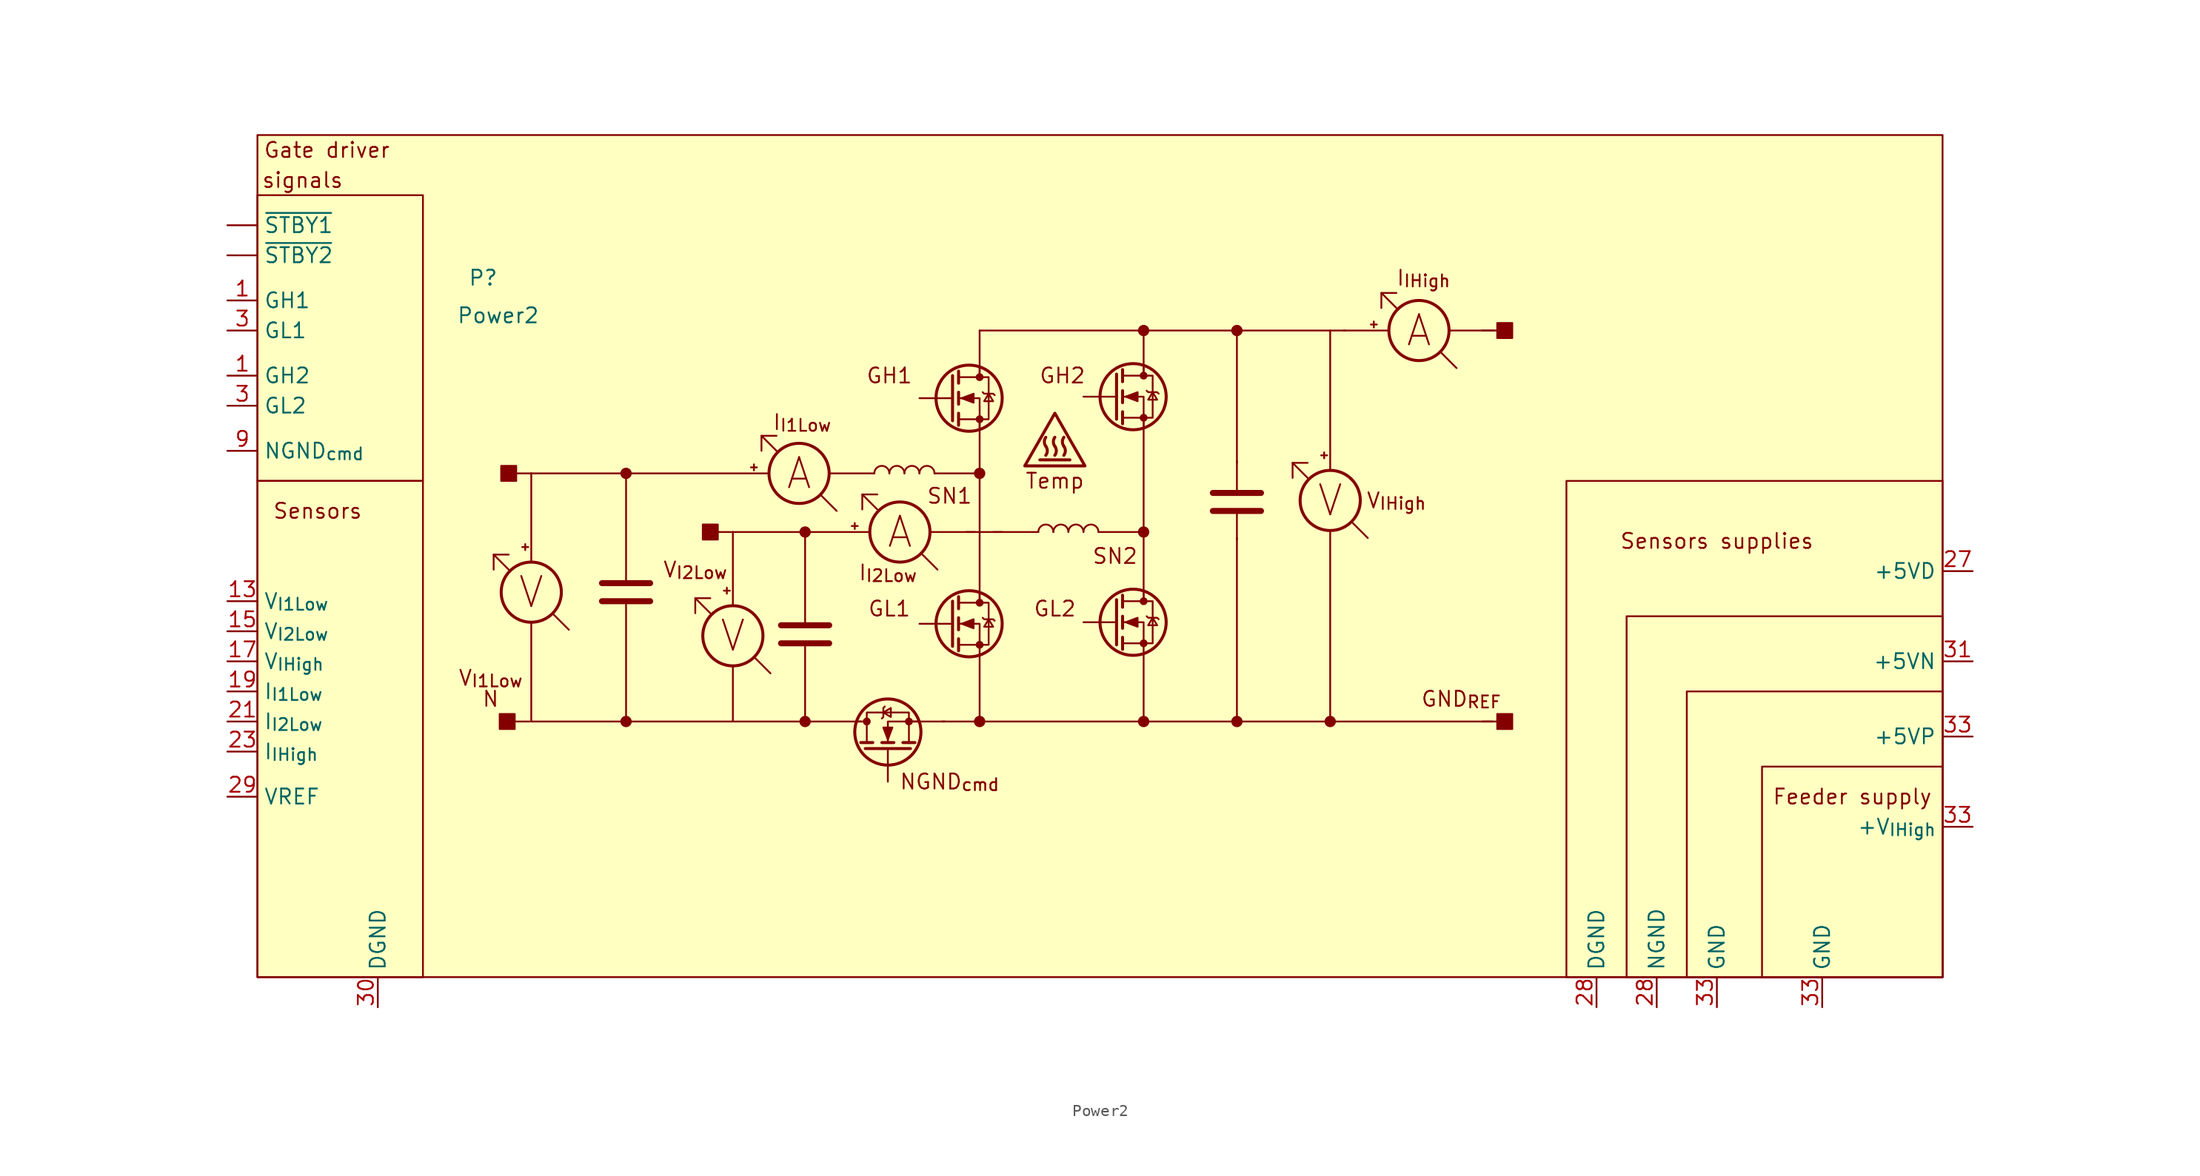
<source format=kicad_sym>
(kicad_symbol_lib
  (version 20220914)
  (generator kicad_symbol_editor)
  (symbol "Power2"
    (property "Reference" "P"
      (at 2.54 10.795 0)
      (effects (font (size 1.27 1.27))))
    (property "Value" "Power2"
      (at 3.81 7.62 0)
      (effects (font (size 1.27 1.27))))
    (symbol "Power2_0_0"
      (rectangle (start -16.51 -6.35) (end -2.54 -48.26) (stroke (width 0) (type default)) (fill (type none)))
      (rectangle (start -16.51 17.78) (end -2.54 -6.35) (stroke (width 0) (type default)) (fill (type none)))
      (polyline (pts (xy 4.699 -13.843) (xy 3.429 -12.573)) (stroke (width 0) (type default)) (fill (type none)))
      (polyline (pts (xy 6.477 -26.67) (xy 5.207 -26.67)) (stroke (width 0) (type default)) (fill (type none)))
      (polyline (pts (xy 6.604 -5.715) (xy 5.334 -5.715)) (stroke (width 0) (type default)) (fill (type none)))
      (polyline (pts (xy 9.779 -18.923) (xy 8.509 -17.653)) (stroke (width 0) (type default)) (fill (type none)))
      (polyline (pts (xy 21.717 -17.526) (xy 20.447 -16.256)) (stroke (width 0) (type default)) (fill (type none)))
      (polyline (pts (xy 23.622 -10.668) (xy 22.352 -10.668)) (stroke (width 0) (type default)) (fill (type none)))
      (polyline (pts (xy 26.797 -22.606) (xy 25.527 -21.336)) (stroke (width 0) (type default)) (fill (type none)))
      (polyline (pts (xy 27.305 -3.81) (xy 26.035 -2.54)) (stroke (width 0) (type default)) (fill (type none)))
      (polyline (pts (xy 32.385 -8.89) (xy 31.115 -7.62)) (stroke (width 0) (type default)) (fill (type none)))
      (polyline (pts (xy 35.814 -8.763) (xy 34.544 -7.493)) (stroke (width 0) (type default)) (fill (type none)))
      (polyline (pts (xy 40.894 -13.843) (xy 39.624 -12.573)) (stroke (width 0) (type default)) (fill (type none)))
      (polyline (pts (xy 72.136 -6.096) (xy 70.866 -4.826)) (stroke (width 0) (type default)) (fill (type none)))
      (polyline (pts (xy 77.216 -11.176) (xy 75.946 -9.906)) (stroke (width 0) (type default)) (fill (type none)))
      (polyline (pts (xy 79.629 8.255) (xy 78.359 9.525)) (stroke (width 0) (type default)) (fill (type none)))
      (polyline (pts (xy 84.709 3.175) (xy 83.439 4.445)) (stroke (width 0) (type default)) (fill (type none)))
      (polyline (pts (xy 86.868 -26.67) (xy 88.138 -26.67)) (stroke (width 0) (type default)) (fill (type none)))
      (polyline (pts (xy 86.868 6.35) (xy 88.138 6.35)) (stroke (width 0) (type default)) (fill (type none)))
      (polyline (pts (xy 4.699 -12.573) (xy 3.429 -12.573) (xy 3.429 -13.843)) (stroke (width 0) (type default)) (fill (type none)))
      (polyline (pts (xy 21.717 -16.256) (xy 20.447 -16.256) (xy 20.447 -17.526)) (stroke (width 0) (type default)) (fill (type none)))
      (polyline (pts (xy 26.035 -3.81) (xy 26.035 -2.54) (xy 27.305 -2.54)) (stroke (width 0) (type default)) (fill (type none)))
      (polyline (pts (xy 34.544 -8.763) (xy 34.544 -7.493) (xy 35.814 -7.493)) (stroke (width 0) (type default)) (fill (type none)))
      (polyline (pts (xy 72.136 -4.826) (xy 70.866 -4.826) (xy 70.866 -6.096)) (stroke (width 0) (type default)) (fill (type none)))
      (polyline (pts (xy 78.359 8.255) (xy 78.359 9.525) (xy 79.629 9.525)) (stroke (width 0) (type default)) (fill (type none)))
      (rectangle (start 3.937 -26.035) (end 5.207 -27.305) (stroke (width 0) (type default)) (fill (type outline)))
      (rectangle (start 4.064 -5.08) (end 5.334 -6.35) (stroke (width 0) (type default)) (fill (type outline)))
      (rectangle (start 21.082 -10.033) (end 22.352 -11.303) (stroke (width 0) (type default)) (fill (type outline)))
      (rectangle (start 89.408 -27.305) (end 88.138 -26.035) (stroke (width 0) (type default)) (fill (type outline)))
      (rectangle (start 89.408 5.715) (end 88.138 6.985) (stroke (width 0) (type default)) (fill (type outline)))
      (rectangle (start 110.49 -30.48) (end 125.73 -48.26) (stroke (width 0) (type default)) (fill (type none)))
      (text "A" (at 29.21 -5.715 0) (effects (font (size 2.54 2.54))))
      (text "A" (at 37.719 -10.668 0) (effects (font (size 2.54 2.54))))
      (text "A" (at 81.534 6.35 0) (effects (font (size 2.54 2.54))))
      (text "Feeder supply" (at 118.11 -33.02 0) (effects (font (size 1.27 1.27))))
      (text "Gate driver " (at -10.16 21.59 0) (effects (font (size 1.27 1.27))))
      (text "GH1" (at 36.83 2.54 0) (effects (font (size 1.27 1.27))))
      (text "GH2" (at 51.435 2.54 0) (effects (font (size 1.27 1.27))))
      (text "GL1" (at 36.83 -17.145 0) (effects (font (size 1.27 1.27))))
      (text "GL2" (at 50.8 -17.145 0) (effects (font (size 1.27 1.27))))
      (text "GND_{REF}" (at 85.09 -24.765 0) (effects (font (size 1.27 1.27))))
      (text "I_{I1Low}" (at 29.464 -1.397 0) (effects (font (size 1.27 1.27))))
      (text "I_{I2Low}" (at 36.703 -14.097 0) (effects (font (size 1.27 1.27))))
      (text "I_{IHigh}" (at 81.915 10.795 0) (effects (font (size 1.27 1.27))))
      (text "N" (at 3.175 -24.765 0) (effects (font (size 1.27 1.27))))
      (text "NGND_{cmd}" (at 41.91 -31.75 0) (effects (font (size 1.27 1.27))))
      (text "Sensors" (at -11.43 -8.89 0) (effects (font (size 1.27 1.27))))
      (text "Sensors supplies" (at 106.68 -11.43 0) (effects (font (size 1.27 1.27))))
      (text "signals" (at -12.7 19.05 0) (effects (font (size 1.27 1.27))))
      (text "SN1" (at 41.91 -7.62 0) (effects (font (size 1.27 1.27))))
      (text "SN2" (at 55.88 -12.7 0) (effects (font (size 1.27 1.27))))
      (text "Temp" (at 50.8 -6.35 0) (effects (font (size 1.27 1.27))))
      (text "V" (at 6.604 -15.748 0) (effects (font (size 2.54 2.54))))
      (text "V" (at 23.622 -19.431 0) (effects (font (size 2.54 2.54))))
      (text "V" (at 74.041 -8.001 0) (effects (font (size 2.54 2.54))))
      (text "V_{I1Low}" (at 3.175 -22.987 0) (effects (font (size 1.27 1.27))))
      (text "V_{I2Low}" (at 20.447 -13.843 0) (effects (font (size 1.27 1.27))))
      (text "V_{IHigh}" (at 79.629 -8.001 0) (effects (font (size 1.27 1.27)))))
    (symbol "Power2_0_1"
      (rectangle (start -16.51 22.86) (end 125.73 -48.26) (stroke (width 0) (type default)) (fill (type background)))
      (polyline (pts (xy 6.096 -11.684) (xy 6.096 -12.192)) (stroke (width 0) (type default)) (fill (type none)))
      (polyline (pts (xy 6.35 -11.938) (xy 5.842 -11.938)) (stroke (width 0) (type default)) (fill (type none)))
      (polyline (pts (xy 6.604 -18.288) (xy 6.604 -26.67)) (stroke (width 0) (type default)) (fill (type none)))
      (polyline (pts (xy 6.604 -13.208) (xy 6.604 -5.715)) (stroke (width 0) (type default)) (fill (type none)))
      (polyline (pts (xy 12.573 -16.51) (xy 16.637 -16.51)) (stroke (width 0.508) (type default)) (fill (type none)))
      (polyline (pts (xy 12.573 -14.986) (xy 16.637 -14.986)) (stroke (width 0.508) (type default)) (fill (type none)))
      (polyline (pts (xy 14.605 -26.67) (xy 14.605 -16.51)) (stroke (width 0) (type default)) (fill (type none)))
      (polyline (pts (xy 14.605 -14.732) (xy 14.605 -5.715)) (stroke (width 0) (type default)) (fill (type none)))
      (polyline (pts (xy 23.114 -15.367) (xy 23.114 -15.875)) (stroke (width 0) (type default)) (fill (type none)))
      (polyline (pts (xy 23.368 -15.621) (xy 22.86 -15.621)) (stroke (width 0) (type default)) (fill (type none)))
      (polyline (pts (xy 23.622 -21.971) (xy 23.622 -26.67)) (stroke (width 0) (type default)) (fill (type none)))
      (polyline (pts (xy 23.622 -16.891) (xy 23.622 -10.668)) (stroke (width 0) (type default)) (fill (type none)))
      (polyline (pts (xy 25.146 -5.207) (xy 25.654 -5.207)) (stroke (width 0) (type default)) (fill (type none)))
      (polyline (pts (xy 25.4 -5.461) (xy 25.4 -4.953)) (stroke (width 0) (type default)) (fill (type none)))
      (polyline (pts (xy 26.543 -5.715) (xy 6.604 -5.715)) (stroke (width 0) (type default)) (fill (type none)))
      (polyline (pts (xy 27.686 -20.066) (xy 31.75 -20.066)) (stroke (width 0.508) (type default)) (fill (type none)))
      (polyline (pts (xy 27.686 -18.542) (xy 31.75 -18.542)) (stroke (width 0.508) (type default)) (fill (type none)))
      (polyline (pts (xy 29.718 -26.67) (xy 29.718 -20.066)) (stroke (width 0) (type default)) (fill (type none)))
      (polyline (pts (xy 29.718 -18.288) (xy 29.718 -10.668)) (stroke (width 0) (type default)) (fill (type none)))
      (polyline (pts (xy 31.75 -5.715) (xy 35.56 -5.715)) (stroke (width 0) (type default)) (fill (type none)))
      (polyline (pts (xy 33.655 -10.16) (xy 34.163 -10.16)) (stroke (width 0) (type default)) (fill (type none)))
      (polyline (pts (xy 33.909 -10.414) (xy 33.909 -9.906)) (stroke (width 0) (type default)) (fill (type none)))
      (polyline (pts (xy 34.163 -26.67) (xy 34.925 -26.67)) (stroke (width 0) (type default)) (fill (type none)))
      (polyline (pts (xy 34.417 -28.448) (xy 35.433 -28.448)) (stroke (width 0.254) (type default)) (fill (type none)))
      (polyline (pts (xy 34.417 -26.67) (xy 6.604 -26.67)) (stroke (width 0) (type default)) (fill (type none)))
      (polyline (pts (xy 34.798 -28.956) (xy 38.608 -28.956)) (stroke (width 0.254) (type default)) (fill (type none)))
      (polyline (pts (xy 35.179 -10.668) (xy 23.622 -10.668)) (stroke (width 0) (type default)) (fill (type none)))
      (polyline (pts (xy 36.195 -28.448) (xy 37.211 -28.448)) (stroke (width 0.254) (type default)) (fill (type none)))
      (polyline (pts (xy 36.703 -28.956) (xy 36.703 -31.75)) (stroke (width 0) (type default)) (fill (type none)))
      (polyline (pts (xy 37.973 -28.448) (xy 38.989 -28.448)) (stroke (width 0.254) (type default)) (fill (type none)))
      (polyline (pts (xy 40.259 -10.668) (xy 44.069 -10.668)) (stroke (width 0) (type default)) (fill (type none)))
      (polyline (pts (xy 40.64 -5.715) (xy 44.45 -5.715)) (stroke (width 0) (type default)) (fill (type none)))
      (polyline (pts (xy 41.529 -26.67) (xy 38.735 -26.67)) (stroke (width 0) (type default)) (fill (type none)))
      (polyline (pts (xy 42.164 -18.415) (xy 39.37 -18.415)) (stroke (width 0) (type default)) (fill (type none)))
      (polyline (pts (xy 42.164 -16.51) (xy 42.164 -20.32)) (stroke (width 0.254) (type default)) (fill (type none)))
      (polyline (pts (xy 42.164 0.635) (xy 39.37 0.635)) (stroke (width 0) (type default)) (fill (type none)))
      (polyline (pts (xy 42.164 2.54) (xy 42.164 -1.27)) (stroke (width 0.254) (type default)) (fill (type none)))
      (polyline (pts (xy 42.672 -19.685) (xy 42.672 -20.701)) (stroke (width 0.254) (type default)) (fill (type none)))
      (polyline (pts (xy 42.672 -17.907) (xy 42.672 -18.923)) (stroke (width 0.254) (type default)) (fill (type none)))
      (polyline (pts (xy 42.672 -16.129) (xy 42.672 -17.145)) (stroke (width 0.254) (type default)) (fill (type none)))
      (polyline (pts (xy 42.672 -0.635) (xy 42.672 -1.651)) (stroke (width 0.254) (type default)) (fill (type none)))
      (polyline (pts (xy 42.672 1.143) (xy 42.672 0.127)) (stroke (width 0.254) (type default)) (fill (type none)))
      (polyline (pts (xy 42.672 2.921) (xy 42.672 1.905)) (stroke (width 0.254) (type default)) (fill (type none)))
      (polyline (pts (xy 43.307 -10.668) (xy 46.355 -10.668)) (stroke (width 0) (type default)) (fill (type none)))
      (polyline (pts (xy 44.45 -26.67) (xy 87.757 -26.67)) (stroke (width 0) (type default)) (fill (type none)))
      (polyline (pts (xy 44.45 -20.955) (xy 44.45 -26.67)) (stroke (width 0) (type default)) (fill (type none)))
      (polyline (pts (xy 44.45 -15.875) (xy 44.45 -16.637)) (stroke (width 0) (type default)) (fill (type none)))
      (polyline (pts (xy 44.45 -1.143) (xy 44.45 -16.51)) (stroke (width 0) (type default)) (fill (type none)))
      (polyline (pts (xy 44.45 2.54) (xy 44.45 6.35)) (stroke (width 0) (type default)) (fill (type none)))
      (polyline (pts (xy 44.45 3.175) (xy 44.45 2.413)) (stroke (width 0) (type default)) (fill (type none)))
      (polyline (pts (xy 44.577 -26.67) (xy 41.275 -26.67)) (stroke (width 0) (type default)) (fill (type none)))
      (polyline (pts (xy 45.593 -10.668) (xy 49.403 -10.668)) (stroke (width 0) (type default)) (fill (type none)))
      (polyline (pts (xy 52.07 -4.572) (xy 49.53 -4.572)) (stroke (width 0.254) (type default)) (fill (type none)))
      (polyline (pts (xy 54.483 -10.668) (xy 58.293 -10.668)) (stroke (width 0) (type default)) (fill (type none)))
      (polyline (pts (xy 56.007 -18.288) (xy 53.213 -18.288)) (stroke (width 0) (type default)) (fill (type none)))
      (polyline (pts (xy 56.007 -16.383) (xy 56.007 -20.193)) (stroke (width 0.254) (type default)) (fill (type none)))
      (polyline (pts (xy 56.007 0.762) (xy 53.213 0.762)) (stroke (width 0) (type default)) (fill (type none)))
      (polyline (pts (xy 56.007 2.667) (xy 56.007 -1.143)) (stroke (width 0.254) (type default)) (fill (type none)))
      (polyline (pts (xy 56.515 -19.558) (xy 56.515 -20.574)) (stroke (width 0.254) (type default)) (fill (type none)))
      (polyline (pts (xy 56.515 -17.78) (xy 56.515 -18.796)) (stroke (width 0.254) (type default)) (fill (type none)))
      (polyline (pts (xy 56.515 -16.002) (xy 56.515 -17.018)) (stroke (width 0.254) (type default)) (fill (type none)))
      (polyline (pts (xy 56.515 -0.508) (xy 56.515 -1.524)) (stroke (width 0.254) (type default)) (fill (type none)))
      (polyline (pts (xy 56.515 1.27) (xy 56.515 0.254)) (stroke (width 0.254) (type default)) (fill (type none)))
      (polyline (pts (xy 56.515 3.048) (xy 56.515 2.032)) (stroke (width 0.254) (type default)) (fill (type none)))
      (polyline (pts (xy 58.293 -20.828) (xy 58.293 -26.67)) (stroke (width 0) (type default)) (fill (type none)))
      (polyline (pts (xy 58.293 -15.748) (xy 58.293 -16.51)) (stroke (width 0) (type default)) (fill (type none)))
      (polyline (pts (xy 58.293 -1.016) (xy 58.293 -16.383)) (stroke (width 0) (type default)) (fill (type none)))
      (polyline (pts (xy 58.293 2.667) (xy 58.293 6.35)) (stroke (width 0) (type default)) (fill (type none)))
      (polyline (pts (xy 58.293 3.302) (xy 58.293 2.54)) (stroke (width 0) (type default)) (fill (type none)))
      (polyline (pts (xy 64.135 -8.89) (xy 68.199 -8.89)) (stroke (width 0.508) (type default)) (fill (type none)))
      (polyline (pts (xy 64.135 -7.366) (xy 68.199 -7.366)) (stroke (width 0.508) (type default)) (fill (type none)))
      (polyline (pts (xy 66.167 -11.303) (xy 66.167 -8.89)) (stroke (width 0) (type default)) (fill (type none)))
      (polyline (pts (xy 66.167 -11.176) (xy 66.167 -26.67)) (stroke (width 0) (type default)) (fill (type none)))
      (polyline (pts (xy 66.167 -7.112) (xy 66.167 -4.699)) (stroke (width 0) (type default)) (fill (type none)))
      (polyline (pts (xy 66.167 -4.826) (xy 66.167 6.35)) (stroke (width 0) (type default)) (fill (type none)))
      (polyline (pts (xy 73.533 -3.937) (xy 73.533 -4.445)) (stroke (width 0) (type default)) (fill (type none)))
      (polyline (pts (xy 73.787 -4.191) (xy 73.279 -4.191)) (stroke (width 0) (type default)) (fill (type none)))
      (polyline (pts (xy 74.041 -10.541) (xy 74.041 -26.67)) (stroke (width 0) (type default)) (fill (type none)))
      (polyline (pts (xy 74.041 -5.461) (xy 74.041 6.35)) (stroke (width 0) (type default)) (fill (type none)))
      (polyline (pts (xy 75.311 6.35) (xy 44.45 6.35)) (stroke (width 0) (type default)) (fill (type none)))
      (polyline (pts (xy 77.47 6.858) (xy 77.978 6.858)) (stroke (width 0) (type default)) (fill (type none)))
      (polyline (pts (xy 77.724 6.604) (xy 77.724 7.112)) (stroke (width 0) (type default)) (fill (type none)))
      (polyline (pts (xy 78.994 6.35) (xy 75.184 6.35)) (stroke (width 0) (type default)) (fill (type none)))
      (polyline (pts (xy 84.074 6.35) (xy 87.884 6.35)) (stroke (width 0) (type default)) (fill (type none)))
      (polyline (pts (xy 39.243 -26.67) (xy 36.703 -26.67) (xy 36.703 -28.448)) (stroke (width 0) (type default)) (fill (type none)))
      (polyline (pts (xy 44.45 -20.955) (xy 44.45 -18.415) (xy 42.672 -18.415)) (stroke (width 0) (type default)) (fill (type none)))
      (polyline (pts (xy 44.45 -1.905) (xy 44.45 0.635) (xy 42.672 0.635)) (stroke (width 0) (type default)) (fill (type none)))
      (polyline (pts (xy 58.293 -20.828) (xy 58.293 -18.288) (xy 56.515 -18.288)) (stroke (width 0) (type default)) (fill (type none)))
      (polyline (pts (xy 58.293 -1.778) (xy 58.293 0.762) (xy 56.515 0.762)) (stroke (width 0) (type default)) (fill (type none)))
      (polyline (pts (xy 36.195 -26.416) (xy 36.322 -26.289) (xy 36.322 -25.527) (xy 36.449 -25.4)) (stroke (width 0) (type default)) (fill (type none)))
      (polyline (pts (xy 36.322 -25.908) (xy 36.957 -26.289) (xy 36.957 -25.527) (xy 36.322 -25.908)) (stroke (width 0) (type default)) (fill (type none)))
      (polyline (pts (xy 36.703 -28.194) (xy 36.322 -27.178) (xy 37.084 -27.178) (xy 36.703 -28.194)) (stroke (width 0) (type default)) (fill (type outline)))
      (polyline (pts (xy 38.481 -28.448) (xy 38.481 -25.908) (xy 34.925 -25.908) (xy 34.925 -28.448)) (stroke (width 0) (type default)) (fill (type none)))
      (polyline (pts (xy 42.672 -20.193) (xy 45.212 -20.193) (xy 45.212 -16.637) (xy 42.672 -16.637)) (stroke (width 0) (type default)) (fill (type none)))
      (polyline (pts (xy 42.672 -1.143) (xy 45.212 -1.143) (xy 45.212 2.413) (xy 42.672 2.413)) (stroke (width 0) (type default)) (fill (type none)))
      (polyline (pts (xy 42.926 -18.415) (xy 43.942 -18.034) (xy 43.942 -18.796) (xy 42.926 -18.415)) (stroke (width 0) (type default)) (fill (type outline)))
      (polyline (pts (xy 42.926 0.635) (xy 43.942 1.016) (xy 43.942 0.254) (xy 42.926 0.635)) (stroke (width 0) (type default)) (fill (type outline)))
      (polyline (pts (xy 44.704 -17.907) (xy 44.831 -18.034) (xy 45.593 -18.034) (xy 45.72 -18.161)) (stroke (width 0) (type default)) (fill (type none)))
      (polyline (pts (xy 44.704 1.143) (xy 44.831 1.016) (xy 45.593 1.016) (xy 45.72 0.889)) (stroke (width 0) (type default)) (fill (type none)))
      (polyline (pts (xy 45.212 -18.034) (xy 44.831 -18.669) (xy 45.593 -18.669) (xy 45.212 -18.034)) (stroke (width 0) (type default)) (fill (type none)))
      (polyline (pts (xy 45.212 1.016) (xy 44.831 0.381) (xy 45.593 0.381) (xy 45.212 1.016)) (stroke (width 0) (type default)) (fill (type none)))
      (polyline (pts (xy 48.26 -5.08) (xy 53.34 -5.08) (xy 50.8 -0.635) (xy 48.26 -5.08)) (stroke (width 0.254) (type default)) (fill (type none)))
      (polyline (pts (xy 56.515 -20.066) (xy 59.055 -20.066) (xy 59.055 -16.51) (xy 56.515 -16.51)) (stroke (width 0) (type default)) (fill (type none)))
      (polyline (pts (xy 56.515 -1.016) (xy 59.055 -1.016) (xy 59.055 2.54) (xy 56.515 2.54)) (stroke (width 0) (type default)) (fill (type none)))
      (polyline (pts (xy 56.769 -18.288) (xy 57.785 -17.907) (xy 57.785 -18.669) (xy 56.769 -18.288)) (stroke (width 0) (type default)) (fill (type outline)))
      (polyline (pts (xy 56.769 0.762) (xy 57.785 1.143) (xy 57.785 0.381) (xy 56.769 0.762)) (stroke (width 0) (type default)) (fill (type outline)))
      (polyline (pts (xy 58.547 -17.78) (xy 58.674 -17.907) (xy 59.436 -17.907) (xy 59.563 -18.034)) (stroke (width 0) (type default)) (fill (type none)))
      (polyline (pts (xy 58.547 1.27) (xy 58.674 1.143) (xy 59.436 1.143) (xy 59.563 1.016)) (stroke (width 0) (type default)) (fill (type none)))
      (polyline (pts (xy 59.055 -17.907) (xy 58.674 -18.542) (xy 59.436 -18.542) (xy 59.055 -17.907)) (stroke (width 0) (type default)) (fill (type none)))
      (polyline (pts (xy 59.055 1.143) (xy 58.674 0.508) (xy 59.436 0.508) (xy 59.055 1.143)) (stroke (width 0) (type default)) (fill (type none)))
      (circle (center 6.604 -15.748) (radius 2.54) (stroke (width 0.254) (type default)) (fill (type none)))
      (circle (center 14.605 -26.67) (radius 0.402) (stroke (width 0) (type default)) (fill (type outline)))
      (circle (center 14.605 -5.715) (radius 0.402) (stroke (width 0) (type default)) (fill (type outline)))
      (circle (center 23.622 -19.431) (radius 2.54) (stroke (width 0.254) (type default)) (fill (type none)))
      (circle (center 29.21 -5.715) (radius 2.54) (stroke (width 0.254) (type default)) (fill (type none)))
      (circle (center 29.718 -26.67) (radius 0.402) (stroke (width 0) (type default)) (fill (type outline)))
      (circle (center 29.718 -10.668) (radius 0.402) (stroke (width 0) (type default)) (fill (type outline)))
      (circle (center 34.925 -26.67) (radius 0.254) (stroke (width 0) (type default)) (fill (type outline)))
      (circle (center 36.703 -27.559) (radius 2.794) (stroke (width 0.254) (type default)) (fill (type none)))
      (arc (start 36.83 -5.715) (mid 36.195 -5.0827) (end 35.56 -5.715) (stroke (width 0) (type default)) (fill (type none)))
      (circle (center 37.719 -10.668) (radius 2.54) (stroke (width 0.254) (type default)) (fill (type none)))
      (arc (start 38.1 -5.715) (mid 37.465 -5.0827) (end 36.83 -5.715) (stroke (width 0) (type default)) (fill (type none)))
      (circle (center 38.481 -26.67) (radius 0.254) (stroke (width 0) (type default)) (fill (type outline)))
      (arc (start 39.37 -5.715) (mid 38.735 -5.0827) (end 38.1 -5.715) (stroke (width 0) (type default)) (fill (type none)))
      (arc (start 40.64 -5.715) (mid 40.005 -5.0827) (end 39.37 -5.715) (stroke (width 0) (type default)) (fill (type none)))
      (circle (center 43.561 -18.415) (radius 2.794) (stroke (width 0.254) (type default)) (fill (type none)))
      (circle (center 43.561 0.635) (radius 2.794) (stroke (width 0.254) (type default)) (fill (type none)))
      (circle (center 44.45 -26.67) (radius 0.402) (stroke (width 0) (type default)) (fill (type outline)))
      (circle (center 44.45 -20.193) (radius 0.254) (stroke (width 0) (type default)) (fill (type outline)))
      (circle (center 44.45 -16.637) (radius 0.254) (stroke (width 0) (type default)) (fill (type outline)))
      (circle (center 44.45 -5.715) (radius 0.402) (stroke (width 0) (type default)) (fill (type outline)))
      (circle (center 44.45 -1.143) (radius 0.254) (stroke (width 0) (type default)) (fill (type outline)))
      (circle (center 44.45 2.413) (radius 0.254) (stroke (width 0) (type default)) (fill (type outline)))
      (arc (start 50.038 -4.191) (mid 50.165 -3.81) (end 50.038 -3.429) (stroke (width 0.254) (type default)) (fill (type none)))
      (arc (start 50.038 -2.667) (mid 49.911 -3.048) (end 50.038 -3.429) (stroke (width 0.254) (type default)) (fill (type none)))
      (arc (start 50.673 -10.668) (mid 50.038 -10.0357) (end 49.403 -10.668) (stroke (width 0) (type default)) (fill (type none)))
      (arc (start 50.8 -4.191) (mid 50.927 -3.81) (end 50.8 -3.429) (stroke (width 0.254) (type default)) (fill (type none)))
      (arc (start 50.8 -2.667) (mid 50.673 -3.048) (end 50.8 -3.429) (stroke (width 0.254) (type default)) (fill (type none)))
      (arc (start 51.562 -4.191) (mid 51.689 -3.81) (end 51.562 -3.429) (stroke (width 0.254) (type default)) (fill (type none)))
      (arc (start 51.562 -2.667) (mid 51.435 -3.048) (end 51.562 -3.429) (stroke (width 0.254) (type default)) (fill (type none)))
      (arc (start 51.943 -10.668) (mid 51.308 -10.0357) (end 50.673 -10.668) (stroke (width 0) (type default)) (fill (type none)))
      (arc (start 53.213 -10.668) (mid 52.578 -10.0357) (end 51.943 -10.668) (stroke (width 0) (type default)) (fill (type none)))
      (arc (start 54.483 -10.668) (mid 53.848 -10.0357) (end 53.213 -10.668) (stroke (width 0) (type default)) (fill (type none)))
      (circle (center 57.404 -18.288) (radius 2.794) (stroke (width 0.254) (type default)) (fill (type none)))
      (circle (center 57.404 0.762) (radius 2.794) (stroke (width 0.254) (type default)) (fill (type none)))
      (circle (center 58.293 -26.67) (radius 0.402) (stroke (width 0) (type default)) (fill (type outline)))
      (circle (center 58.293 -20.066) (radius 0.254) (stroke (width 0) (type default)) (fill (type outline)))
      (circle (center 58.293 -16.51) (radius 0.254) (stroke (width 0) (type default)) (fill (type outline)))
      (circle (center 58.293 -10.668) (radius 0.402) (stroke (width 0) (type default)) (fill (type outline)))
      (circle (center 58.293 -1.016) (radius 0.254) (stroke (width 0) (type default)) (fill (type outline)))
      (circle (center 58.293 2.54) (radius 0.254) (stroke (width 0) (type default)) (fill (type outline)))
      (circle (center 58.293 6.35) (radius 0.402) (stroke (width 0) (type default)) (fill (type outline)))
      (circle (center 66.167 -26.67) (radius 0.402) (stroke (width 0) (type default)) (fill (type outline)))
      (circle (center 66.167 6.35) (radius 0.402) (stroke (width 0) (type default)) (fill (type outline)))
      (circle (center 74.041 -26.67) (radius 0.402) (stroke (width 0) (type default)) (fill (type outline)))
      (circle (center 74.041 -8.001) (radius 2.54) (stroke (width 0.254) (type default)) (fill (type none)))
      (circle (center 81.534 6.35) (radius 2.54) (stroke (width 0.254) (type default)) (fill (type none)))
      (rectangle (start 93.98 -6.35) (end 125.73 -48.26) (stroke (width 0) (type default)) (fill (type none)))
      (rectangle (start 125.73 -48.26) (end 99.06 -17.78) (stroke (width 0) (type default)) (fill (type none)))
      (rectangle (start 125.73 -48.26) (end 104.14 -24.13) (stroke (width 0) (type default)) (fill (type none))))
    (symbol "Power2_1_1"
      (pin input line (at -19.05 15.24 0) (length 2.54) (name "~{STBY1}" (effects (font (size 1.27 1.27)))) (number "" (effects (font (size 1.27 1.27)))))
      (pin input line (at -19.05 12.7 0) (length 2.54) (name "~{STBY2}" (effects (font (size 1.27 1.27)))) (number "" (effects (font (size 1.27 1.27)))))
      (pin input line (at -19.05 8.89 0) (length 2.54) (name "GH1" (effects (font (size 1.27 1.27)))) (number "1" (effects (font (size 1.27 1.27)))))
      (pin input line (at -19.05 2.54 0) (length 2.54) (name "GH2" (effects (font (size 1.27 1.27)))) (number "1" (effects (font (size 1.27 1.27)))))
      (pin output line (at -19.05 -16.51 0) (length 2.54) (name "V_{I1Low}" (effects (font (size 1.27 1.27)))) (number "13" (effects (font (size 1.27 1.27)))))
      (pin output line (at -19.05 -19.05 0) (length 2.54) (name "V_{I2Low}" (effects (font (size 1.27 1.27)))) (number "15" (effects (font (size 1.27 1.27)))))
      (pin output line (at -19.05 -21.59 0) (length 2.54) (name "V_{IHigh}" (effects (font (size 1.27 1.27)))) (number "17" (effects (font (size 1.27 1.27)))))
      (pin output line (at -19.05 -24.13 0) (length 2.54) (name "I_{I1Low}" (effects (font (size 1.27 1.27)))) (number "19" (effects (font (size 1.27 1.27)))))
      (pin output line (at -19.05 -26.67 0) (length 2.54) (name "I_{I2Low}" (effects (font (size 1.27 1.27)))) (number "21" (effects (font (size 1.27 1.27)))))
      (pin output line (at -19.05 -29.21 0) (length 2.54) (name "I_{IHigh}" (effects (font (size 1.27 1.27)))) (number "23" (effects (font (size 1.27 1.27)))))
      (pin power_in line (at 128.27 -13.97 180) (length 2.54) (name "+5VD" (effects (font (size 1.27 1.27)))) (number "27" (effects (font (size 1.27 1.27)))))
      (pin power_in line (at 96.52 -50.8 90) (length 2.54) (name "DGND" (effects (font (size 1.27 1.27)))) (number "28" (effects (font (size 1.27 1.27)))))
      (pin power_in line (at 101.6 -50.8 90) (length 2.54) (name "NGND" (effects (font (size 1.27 1.27)))) (number "28" (effects (font (size 1.27 1.27)))))
      (pin input line (at -19.05 -33.02 0) (length 2.54) (name "VREF" (effects (font (size 1.27 1.27)))) (number "29" (effects (font (size 1.27 1.27)))))
      (pin input line (at -19.05 6.35 0) (length 2.54) (name "GL1" (effects (font (size 1.27 1.27)))) (number "3" (effects (font (size 1.27 1.27)))))
      (pin input line (at -19.05 0 0) (length 2.54) (name "GL2" (effects (font (size 1.27 1.27)))) (number "3" (effects (font (size 1.27 1.27)))))
      (pin bidirectional line (at -6.35 -50.8 90) (length 2.54) (name "DGND" (effects (font (size 1.27 1.27)))) (number "30" (effects (font (size 1.27 1.27)))))
      (pin power_in line (at 128.27 -21.59 180) (length 2.54) (name "+5VN" (effects (font (size 1.27 1.27)))) (number "31" (effects (font (size 1.27 1.27)))))
      (pin power_in line (at 128.27 -27.94 180) (length 2.54) (name "+5VP" (effects (font (size 1.27 1.27)))) (number "33" (effects (font (size 1.27 1.27)))))
      (pin power_out line (at 128.27 -35.56 180) (length 2.54) (name "+V_{IHigh}" (effects (font (size 1.27 1.27)))) (number "33" (effects (font (size 1.27 1.27)))))
      (pin power_in line (at 106.68 -50.8 90) (length 2.54) (name "GND" (effects (font (size 1.27 1.27)))) (number "33" (effects (font (size 1.27 1.27)))))
      (pin power_out line (at 115.57 -50.8 90) (length 2.54) (name "GND" (effects (font (size 1.27 1.27)))) (number "33" (effects (font (size 1.27 1.27)))))
      (pin input line (at -19.05 -3.81 0) (length 2.54) (name "NGND_{cmd}" (effects (font (size 1.27 1.27)))) (number "9" (effects (font (size 1.27 1.27))))))))
</source>
